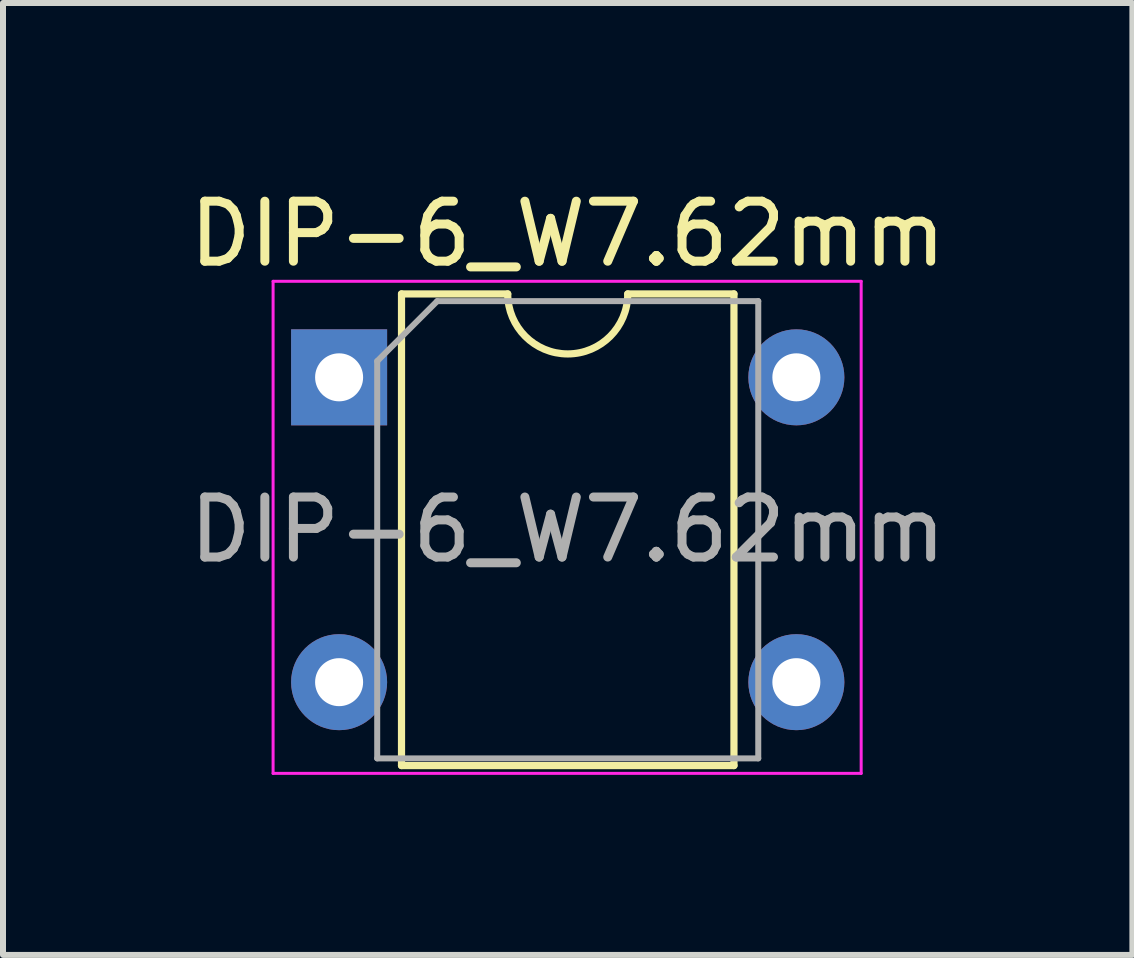
<source format=kicad_pcb>
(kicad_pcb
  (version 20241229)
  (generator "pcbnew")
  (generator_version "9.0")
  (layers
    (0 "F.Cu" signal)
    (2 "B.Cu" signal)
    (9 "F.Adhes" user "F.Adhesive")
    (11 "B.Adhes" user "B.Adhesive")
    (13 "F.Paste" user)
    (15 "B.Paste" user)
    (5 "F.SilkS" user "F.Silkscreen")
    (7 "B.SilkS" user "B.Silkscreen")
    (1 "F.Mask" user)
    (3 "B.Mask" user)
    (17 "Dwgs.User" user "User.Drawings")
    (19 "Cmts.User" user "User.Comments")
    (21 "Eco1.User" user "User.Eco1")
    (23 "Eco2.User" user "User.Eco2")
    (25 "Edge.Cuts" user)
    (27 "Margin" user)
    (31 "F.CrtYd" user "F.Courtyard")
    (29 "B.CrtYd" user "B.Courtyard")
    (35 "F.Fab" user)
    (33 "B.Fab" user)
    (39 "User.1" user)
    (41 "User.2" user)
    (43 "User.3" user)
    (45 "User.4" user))
  (footprint "DIP-6_W7.62mm"
    (layer "F.Cu")
    (at 2.601 3.238)
    (property "Reference" "DIP-6_W7.62mm" (at 3.81 -2.39 0) (layer "F.SilkS") (effects (font (size 1 1) (thickness 0.15))))
    (attr through_hole)
    (fp_line (start 1.04 -1.39) (end 1.04 6.47) (stroke (width 0.12) (type solid)) (layer "F.SilkS"))
    (fp_line (start 1.04 6.47) (end 6.58 6.47) (stroke (width 0.12) (type solid)) (layer "F.SilkS"))
    (fp_line (start 2.81 -1.39) (end 1.04 -1.39) (stroke (width 0.12) (type solid)) (layer "F.SilkS"))
    (fp_line (start 6.58 -1.39) (end 4.81 -1.39) (stroke (width 0.12) (type solid)) (layer "F.SilkS"))
    (fp_line (start 6.58 6.47) (end 6.58 -1.39) (stroke (width 0.12) (type solid)) (layer "F.SilkS"))
    (fp_arc (start 4.81 -1.39) (mid 3.81 -0.39) (end 2.81 -1.39) (stroke (width 0.12) (type solid)) (layer "F.SilkS"))
    (fp_line (start -1.1 -1.6) (end -1.1 6.6) (stroke (width 0.05) (type solid)) (layer "F.CrtYd"))
    (fp_line (start -1.1 6.6) (end 8.7 6.6) (stroke (width 0.05) (type solid)) (layer "F.CrtYd"))
    (fp_line (start 8.7 -1.6) (end -1.1 -1.6) (stroke (width 0.05) (type solid)) (layer "F.CrtYd"))
    (fp_line (start 8.7 6.6) (end 8.7 -1.6) (stroke (width 0.05) (type solid)) (layer "F.CrtYd"))
    (fp_line (start 0.635 -0.27) (end 1.635 -1.27) (stroke (width 0.1) (type solid)) (layer "F.Fab"))
    (fp_line (start 0.635 6.35) (end 0.635 -0.27) (stroke (width 0.1) (type solid)) (layer "F.Fab"))
    (fp_line (start 1.635 -1.27) (end 6.985 -1.27) (stroke (width 0.1) (type solid)) (layer "F.Fab"))
    (fp_line (start 6.985 -1.27) (end 6.985 6.35) (stroke (width 0.1) (type solid)) (layer "F.Fab"))
    (fp_line (start 6.985 6.35) (end 0.635 6.35) (stroke (width 0.1) (type solid)) (layer "F.Fab"))
    (fp_text user "${REFERENCE}" (at 3.81 2.54 0) (layer "F.Fab") (effects (font (size 1 1) (thickness 0.15))))
    (pad "1" thru_hole rect (at 0 0) (size 1.6 1.6) (drill 0.8) (layers "*.Cu" "*.Mask"))
    (pad "2" thru_hole oval (at 0 5.08) (size 1.6 1.6) (drill 0.8) (layers "*.Cu" "*.Mask"))
    (pad "3" thru_hole oval (at 7.62 5.08) (size 1.6 1.6) (drill 0.8) (layers "*.Cu" "*.Mask"))
    (pad "4" thru_hole oval (at 7.62 0) (size 1.6 1.6) (drill 0.8) (layers "*.Cu" "*.Mask")))
  (gr_rect
    (start -3 -3)
    (end 15.821 12.863)
    (stroke (width 0.1) (type default))
    (fill no)
    (layer "Edge.Cuts")))
</source>
